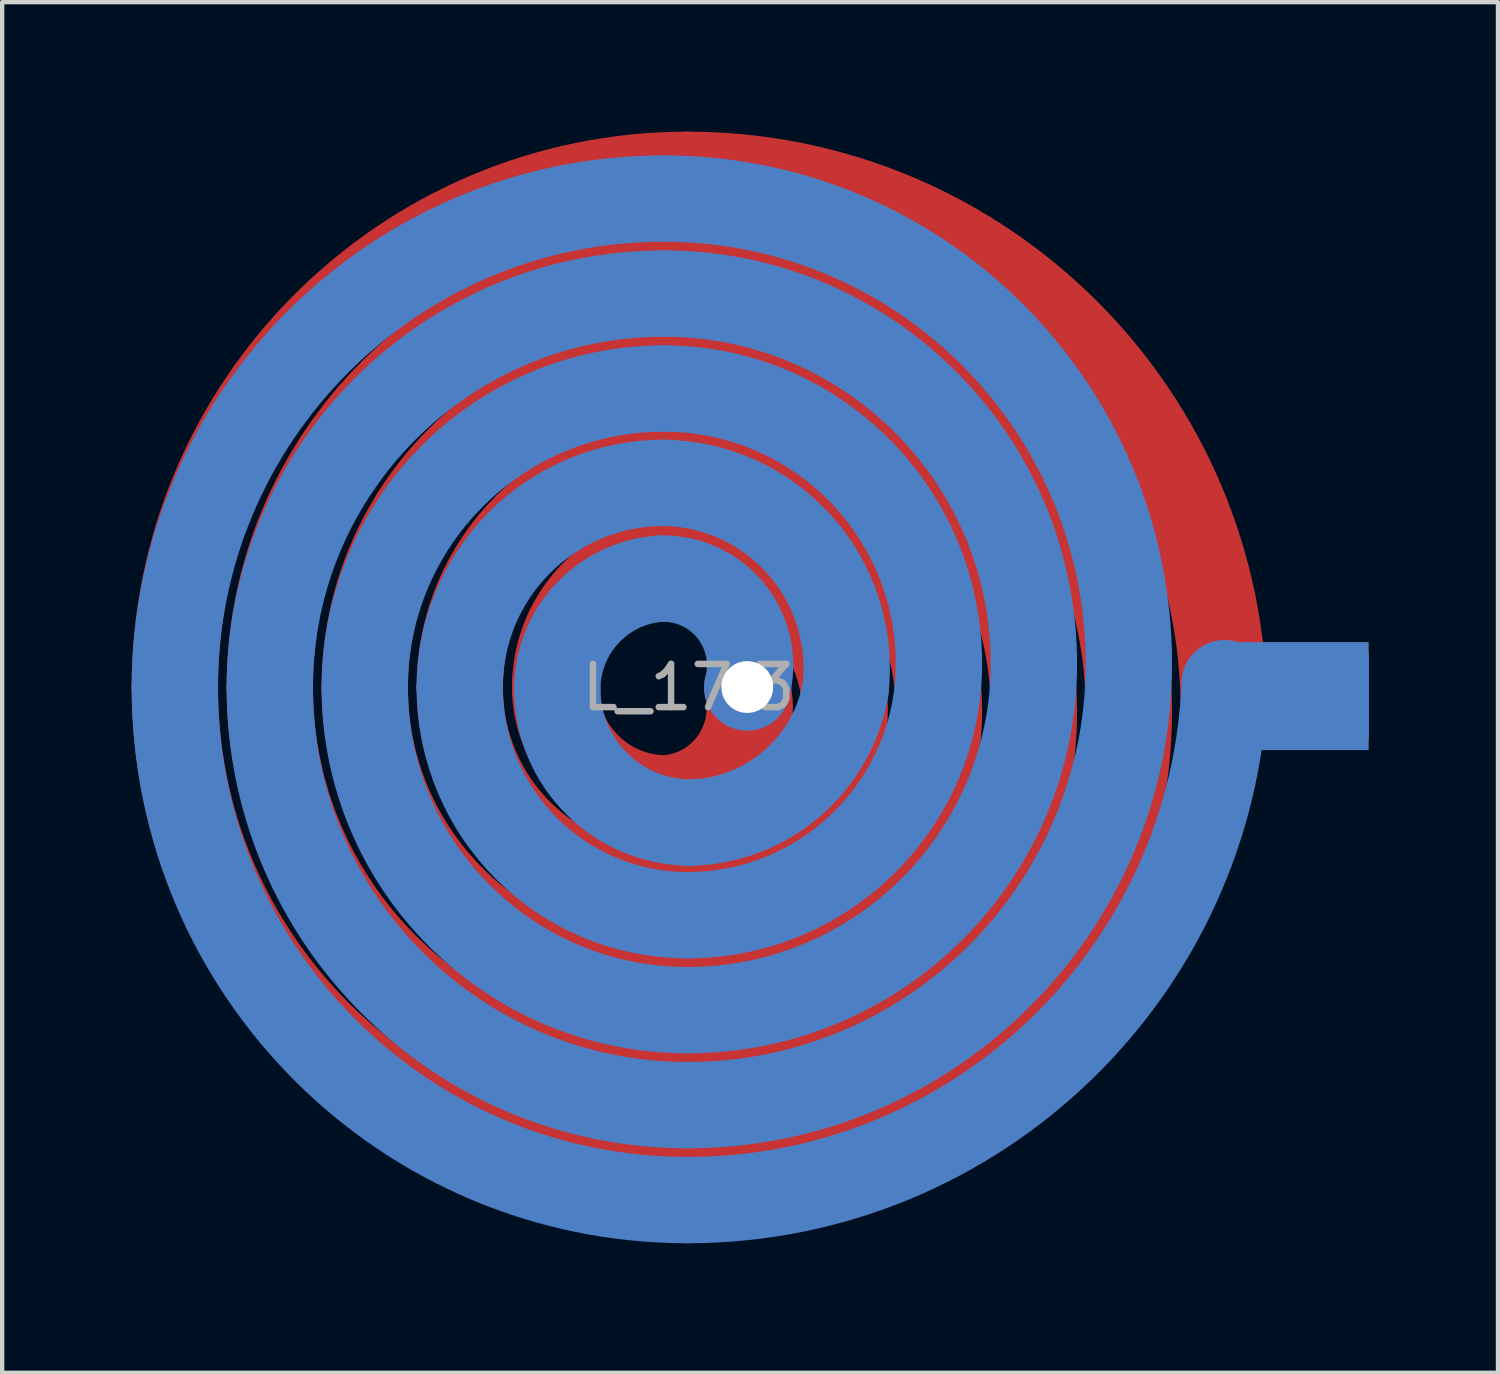
<source format=kicad_pcb>
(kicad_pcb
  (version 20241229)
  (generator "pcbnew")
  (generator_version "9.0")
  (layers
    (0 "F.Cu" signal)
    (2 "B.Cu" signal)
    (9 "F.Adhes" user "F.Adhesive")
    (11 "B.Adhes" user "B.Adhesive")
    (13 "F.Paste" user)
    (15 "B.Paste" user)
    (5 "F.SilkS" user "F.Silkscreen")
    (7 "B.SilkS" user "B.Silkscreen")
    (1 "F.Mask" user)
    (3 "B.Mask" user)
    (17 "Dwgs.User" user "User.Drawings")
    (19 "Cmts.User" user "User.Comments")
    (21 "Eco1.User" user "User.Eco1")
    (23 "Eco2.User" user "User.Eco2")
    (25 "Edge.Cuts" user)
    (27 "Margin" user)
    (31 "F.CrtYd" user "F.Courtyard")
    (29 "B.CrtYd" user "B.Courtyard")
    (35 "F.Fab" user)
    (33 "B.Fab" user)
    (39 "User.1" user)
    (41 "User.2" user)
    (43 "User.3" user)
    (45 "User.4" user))
  (footprint "L_17.3"
    (layer "F.Cu")
    (at 12.9 12.875)
    (property "Reference" "L_17.3" (at 0 0 0) (layer "F.Fab") (effects (font (size 1 1) (thickness 0.15))))
    (attr smd)
    (fp_arc (start -11.9 0.000002) (mid -8.421893 -8.396891) (end -0.025 -11.874998) (stroke (width 2) (type solid)) (layer "F.Cu"))
    (fp_arc (start -9.7 0.000002) (mid -6.866258 -6.841256) (end -0.025 -9.674998) (stroke (width 2) (type solid)) (layer "F.Cu"))
    (fp_arc (start -7.5 0.000002) (mid -5.310623 -5.285621) (end -0.025 -7.474998) (stroke (width 2) (type solid)) (layer "F.Cu"))
    (fp_arc (start -5.3 0.000002) (mid -3.754988 -3.729986) (end -0.025 -5.274998) (stroke (width 2) (type solid)) (layer "F.Cu"))
    (fp_arc (start -3.09 -0.01) (mid -2.182936 -2.192936) (end 0 -3.099999) (stroke (width 2) (type solid)) (layer "F.Cu"))
    (fp_arc (start -0.575 6.925002) (mid -5.471714 4.896716) (end -7.5 0.000002) (stroke (width 2) (type solid)) (layer "F.Cu"))
    (fp_arc (start -0.575 9.125002) (mid -7.027349 6.452351) (end -9.7 0.000002) (stroke (width 2) (type solid)) (layer "F.Cu"))
    (fp_arc (start -0.575 11.325002) (mid -8.582984 8.007986) (end -11.9 0.000002) (stroke (width 2) (type solid)) (layer "F.Cu"))
    (fp_arc (start -0.57 4.74) (mid -3.919337 3.352262) (end -5.3 0.000002) (stroke (width 2) (type solid)) (layer "F.Cu"))
    (fp_arc (start -0.55 2.57) (mid -2.350994 1.802761) (end -3.09 -0.01) (stroke (width 2) (type solid)) (layer "F.Cu"))
    (fp_arc (start -0.025 -11.874998) (mid 8.760802 -8.2358) (end 12.4 0.550002) (stroke (width 2) (type solid)) (layer "F.Cu"))
    (fp_arc (start -0.025 -9.674998) (mid 7.205167 -6.680165) (end 10.2 0.550002) (stroke (width 2) (type solid)) (layer "F.Cu"))
    (fp_arc (start -0.025 -7.474998) (mid 5.649532 -5.12453) (end 8 0.550002) (stroke (width 2) (type solid)) (layer "F.Cu"))
    (fp_arc (start -0.025 -5.274998) (mid 4.093897 -3.568895) (end 5.8 0.550002) (stroke (width 2) (type solid)) (layer "F.Cu"))
    (fp_arc (start 0 -3.1) (mid 2.353464 -2.189658) (end 3.59 0.01) (stroke (width 2) (type solid)) (layer "F.Cu"))
    (fp_arc (start 1.36 0) (mid 1.005692 1.731429) (end -0.55 2.57) (stroke (width 2) (type solid)) (layer "F.Cu"))
    (fp_arc (start 3.59 0.01) (mid 2.551621 3.304339) (end -0.59 4.739999) (stroke (width 2) (type solid)) (layer "F.Cu"))
    (fp_arc (start 5.8 0.550002) (mid 3.932806 5.057808) (end -0.575 6.925002) (stroke (width 2) (type solid)) (layer "F.Cu"))
    (fp_arc (start 8 0.550002) (mid 5.488441 6.613443) (end -0.575 9.125002) (stroke (width 2) (type solid)) (layer "F.Cu"))
    (fp_arc (start 10.2 0.550002) (mid 7.044076 8.169078) (end -0.575 11.325002) (stroke (width 2) (type solid)) (layer "F.Cu"))
    (fp_arc (start -11.9 0.000002) (mid -8.421893 -8.39689) (end -0.025001 -11.874997) (stroke (width 1.5) (type solid)) (layer "F.Mask"))
    (fp_arc (start -9.7 0.000002) (mid -6.866259 -6.841255) (end -0.025002 -9.674996) (stroke (width 1.5) (type solid)) (layer "F.Mask"))
    (fp_arc (start -7.5 0.000002) (mid -5.310624 -5.28562) (end -0.025002 -7.474996) (stroke (width 1.5) (type solid)) (layer "F.Mask"))
    (fp_arc (start -5.3 0.000002) (mid -3.754988 -3.729986) (end -0.025 -5.274998) (stroke (width 1.5) (type solid)) (layer "F.Mask"))
    (fp_arc (start -3.11 0) (mid -2.229529 -2.05672) (end -0.24 -3.08) (stroke (width 1.5) (type solid)) (layer "F.Mask"))
    (fp_arc (start -0.575 6.925002) (mid -5.471714 4.896717) (end -7.499999 0.000003) (stroke (width 1.5) (type solid)) (layer "F.Mask"))
    (fp_arc (start -0.575 9.125002) (mid -7.027349 6.452352) (end -9.699999 0.000003) (stroke (width 1.5) (type solid)) (layer "F.Mask"))
    (fp_arc (start -0.575 11.325002) (mid -8.582984 8.007986) (end -11.9 0.000002) (stroke (width 1.5) (type solid)) (layer "F.Mask"))
    (fp_arc (start -0.56 4.72) (mid -3.910467 3.344624) (end -5.299999 0.000002) (stroke (width 1.5) (type solid)) (layer "F.Mask"))
    (fp_arc (start -0.55 2.57) (mid -2.336479 1.789508) (end -3.11 0) (stroke (width 1.5) (type solid)) (layer "F.Mask"))
    (fp_arc (start -0.24 -3.08) (mid 2.461181 -2.098656) (end 3.6 0.54) (stroke (width 1.5) (type solid)) (layer "F.Mask"))
    (fp_arc (start -0.025 -11.874998) (mid 8.7608 -8.2358) (end 12.399998 0.55) (stroke (width 1.5) (type solid)) (layer "F.Mask"))
    (fp_arc (start -0.025 -9.674998) (mid 7.205165 -6.680166) (end 10.199997 0.549999) (stroke (width 1.5) (type solid)) (layer "F.Mask"))
    (fp_arc (start -0.025 -7.474998) (mid 5.649531 -5.12453) (end 7.999999 0.550001) (stroke (width 1.5) (type solid)) (layer "F.Mask"))
    (fp_arc (start -0.025 -5.274998) (mid 4.093896 -3.568895) (end 5.799999 0.550001) (stroke (width 1.5) (type solid)) (layer "F.Mask"))
    (fp_arc (start 1.36 -0.01) (mid 0.99242 1.714873) (end -0.55 2.57) (stroke (width 1.5) (type solid)) (layer "F.Mask"))
    (fp_arc (start 3.6 0.54) (mid 2.388644 3.494488) (end -0.56 4.72) (stroke (width 1.5) (type solid)) (layer "F.Mask"))
    (fp_arc (start 5.8 0.550002) (mid 3.932806 5.057806) (end -0.574998 6.925) (stroke (width 1.5) (type solid)) (layer "F.Mask"))
    (fp_arc (start 8 0.550002) (mid 5.488441 6.613442) (end -0.574999 9.125001) (stroke (width 1.5) (type solid)) (layer "F.Mask"))
    (fp_arc (start 10.2 0.550002) (mid 7.044076 8.169077) (end -0.574999 11.325001) (stroke (width 1.5) (type solid)) (layer "F.Mask"))
    (fp_arc (start -11.9 0.000002) (mid -8.582984 -8.007982) (end -0.575 -11.324998) (stroke (width 2) (type solid)) (layer "B.Cu"))
    (fp_arc (start -9.7 0.000002) (mid -7.027349 -6.452347) (end -0.575 -9.124998) (stroke (width 2) (type solid)) (layer "B.Cu"))
    (fp_arc (start -7.5 0.000002) (mid -5.471714 -4.896712) (end -0.575 -6.924998) (stroke (width 2) (type solid)) (layer "B.Cu"))
    (fp_arc (start -5.3 0.000002) (mid -3.919337 -3.352258) (end -0.57 -4.739996) (stroke (width 2) (type solid)) (layer "B.Cu"))
    (fp_arc (start -3.04 0.04) (mid -2.357014 -1.704755) (end -0.67 -2.52) (stroke (width 2) (type solid)) (layer "B.Cu"))
    (fp_arc (start -0.67 -2.52) (mid 0.981558 -1.772783) (end 1.36 0) (stroke (width 2) (type solid)) (layer "B.Cu"))
    (fp_arc (start -0.59 -4.739994) (mid 2.579336 -3.296939) (end 3.64 0.02) (stroke (width 2) (type solid)) (layer "B.Cu"))
    (fp_arc (start -0.575 -11.324998) (mid 7.044076 -8.169074) (end 10.2 -0.549998) (stroke (width 2) (type solid)) (layer "B.Cu"))
    (fp_arc (start -0.575 -9.124998) (mid 5.488441 -6.613439) (end 8 -0.549998) (stroke (width 2) (type solid)) (layer "B.Cu"))
    (fp_arc (start -0.575 -6.924998) (mid 3.932806 -5.057804) (end 5.8 -0.549998) (stroke (width 2) (type solid)) (layer "B.Cu"))
    (fp_arc (start -0.025 5.275002) (mid -3.754988 3.72999) (end -5.3 0.000002) (stroke (width 2) (type solid)) (layer "B.Cu"))
    (fp_arc (start -0.025 7.475002) (mid -5.310623 5.285625) (end -7.5 0.000002) (stroke (width 2) (type solid)) (layer "B.Cu"))
    (fp_arc (start -0.025 9.675002) (mid -6.866258 6.84126) (end -9.7 0.000002) (stroke (width 2) (type solid)) (layer "B.Cu"))
    (fp_arc (start -0.025 11.875002) (mid -8.421893 8.396895) (end -11.9 0.000002) (stroke (width 2) (type solid)) (layer "B.Cu"))
    (fp_arc (start 0.05 3.129999) (mid -2.132936 2.222936) (end -3.04 0.04) (stroke (width 2) (type solid)) (layer "B.Cu"))
    (fp_arc (start 3.64 0.02) (mid 2.403464 2.219658) (end 0.05 3.13) (stroke (width 2) (type solid)) (layer "B.Cu"))
    (fp_arc (start 5.8 -0.549998) (mid 4.093897 3.568899) (end -0.025 5.275002) (stroke (width 2) (type solid)) (layer "B.Cu"))
    (fp_arc (start 8 -0.549998) (mid 5.649532 5.124534) (end -0.025 7.475002) (stroke (width 2) (type solid)) (layer "B.Cu"))
    (fp_arc (start 10.2 -0.549998) (mid 7.205167 6.680169) (end -0.025 9.675002) (stroke (width 2) (type solid)) (layer "B.Cu"))
    (fp_arc (start 12.42 -0.1) (mid 8.610374 8.395076) (end -0.025 11.875002) (stroke (width 2) (type solid)) (layer "B.Cu"))
    (fp_arc (start -11.9 0.000002) (mid -8.582984 -8.007982) (end -0.575 -11.324998) (stroke (width 1.5) (type solid)) (layer "B.Mask"))
    (fp_arc (start -9.700001 0.000001) (mid -7.02735 -6.452348) (end -0.575 -9.124998) (stroke (width 1.5) (type solid)) (layer "B.Mask"))
    (fp_arc (start -7.500001 0.000001) (mid -5.471715 -4.896713) (end -0.575 -6.924998) (stroke (width 1.5) (type solid)) (layer "B.Mask"))
    (fp_arc (start -5.299999 0.000002) (mid -3.910467 -3.344619) (end -0.56 -4.719996) (stroke (width 1.5) (type solid)) (layer "B.Mask"))
    (fp_arc (start -3.11 0.02) (mid -2.348606 -1.76013) (end -0.59 -2.57) (stroke (width 1.5) (type solid)) (layer "B.Mask"))
    (fp_arc (start -0.59 -2.57) (mid 0.974915 -1.73935) (end 1.36 -0.01) (stroke (width 1.5) (type solid)) (layer "B.Mask"))
    (fp_arc (start -0.574999 -11.324999) (mid 7.044076 -8.169074) (end 10.2 -0.549998) (stroke (width 1.5) (type solid)) (layer "B.Mask"))
    (fp_arc (start -0.574999 -9.124999) (mid 5.488441 -6.613439) (end 8 -0.549998) (stroke (width 1.5) (type solid)) (layer "B.Mask"))
    (fp_arc (start -0.574998 -6.925) (mid 3.932807 -5.057804) (end 5.8 -0.549998) (stroke (width 1.5) (type solid)) (layer "B.Mask"))
    (fp_arc (start -0.56 -4.719996) (mid 2.388644 -3.494484) (end 3.6 -0.539996) (stroke (width 1.5) (type solid)) (layer "B.Mask"))
    (fp_arc (start -0.24 3.080004) (mid -2.319584 2.140639) (end -3.11 0.000004) (stroke (width 1.5) (type solid)) (layer "B.Mask"))
    (fp_arc (start -0.025002 7.475004) (mid -5.310625 5.285626) (end -7.5 0.000002) (stroke (width 1.5) (type solid)) (layer "B.Mask"))
    (fp_arc (start -0.025002 9.675004) (mid -6.86626 6.841261) (end -9.7 0.000002) (stroke (width 1.5) (type solid)) (layer "B.Mask"))
    (fp_arc (start -0.025001 11.875003) (mid -8.421894 8.396895) (end -11.9 0.000002) (stroke (width 1.5) (type solid)) (layer "B.Mask"))
    (fp_arc (start -0.025 5.275002) (mid -3.754988 3.72999) (end -5.3 0.000002) (stroke (width 1.5) (type solid)) (layer "B.Mask"))
    (fp_arc (start 3.6 -0.539996) (mid 2.461181 2.09866) (end -0.24 3.080004) (stroke (width 1.5) (type solid)) (layer "B.Mask"))
    (fp_arc (start 5.800001 -0.549997) (mid 4.093897 3.5689) (end -0.025 5.275002) (stroke (width 1.5) (type solid)) (layer "B.Mask"))
    (fp_arc (start 8.000001 -0.549997) (mid 5.649532 5.124535) (end -0.025 7.475002) (stroke (width 1.5) (type solid)) (layer "B.Mask"))
    (fp_arc (start 10.200003 -0.549995) (mid 7.205168 6.680171) (end -0.025 9.675002) (stroke (width 1.5) (type solid)) (layer "B.Mask"))
    (fp_arc (start 12.36 0) (mid 8.55411 8.426609) (end -0.025 11.875002) (stroke (width 1.5) (type solid)) (layer "B.Mask"))
    (pad "1" smd rect (at 14.25 0.2 180) (size 3 2) (layers "*.Mask" "F.Cu" "F.Paste"))
    (pad "1" smd rect (at 14.25 0.2 180) (size 3 2) (layers "*.Mask" "F.Cu" "F.Paste"))
    (pad "1" smd rect (at 14.25 0.2 180) (size 3 2) (layers "*.Mask" "F.Cu" "F.Paste"))
    (pad "1" smd rect (at 14.25 0.2 180) (size 3 2.5) (layers "*.Mask" "F.Cu" "F.Paste"))
    (pad "2" smd rect (at 14.25 0.2 180) (size 3 2) (layers "B.Cu" "B.Mask" "B.Paste"))
    (pad "2" smd rect (at 14.25 0.2 180) (size 3 2) (layers "B.Cu" "B.Mask" "B.Paste"))
    (pad "2" smd rect (at 14.25 0.2 180) (size 3 2) (layers "B.Cu" "B.Mask" "B.Paste"))
    (pad "2" smd rect (at 14.25 0.2 180) (size 3 2.5) (layers "B.Cu" "B.Mask" "B.Paste"))
    (pad "lc" thru_hole circle (at 1.36 -0.01 180) (size 1.8 1.8) (drill 1.2) (layers "*.Cu" "*.Mask")))
  (gr_rect
    (start -3 -3)
    (end 31.65 28.75)
    (stroke (width 0.1) (type default))
    (fill no)
    (layer "Edge.Cuts")))
</source>
